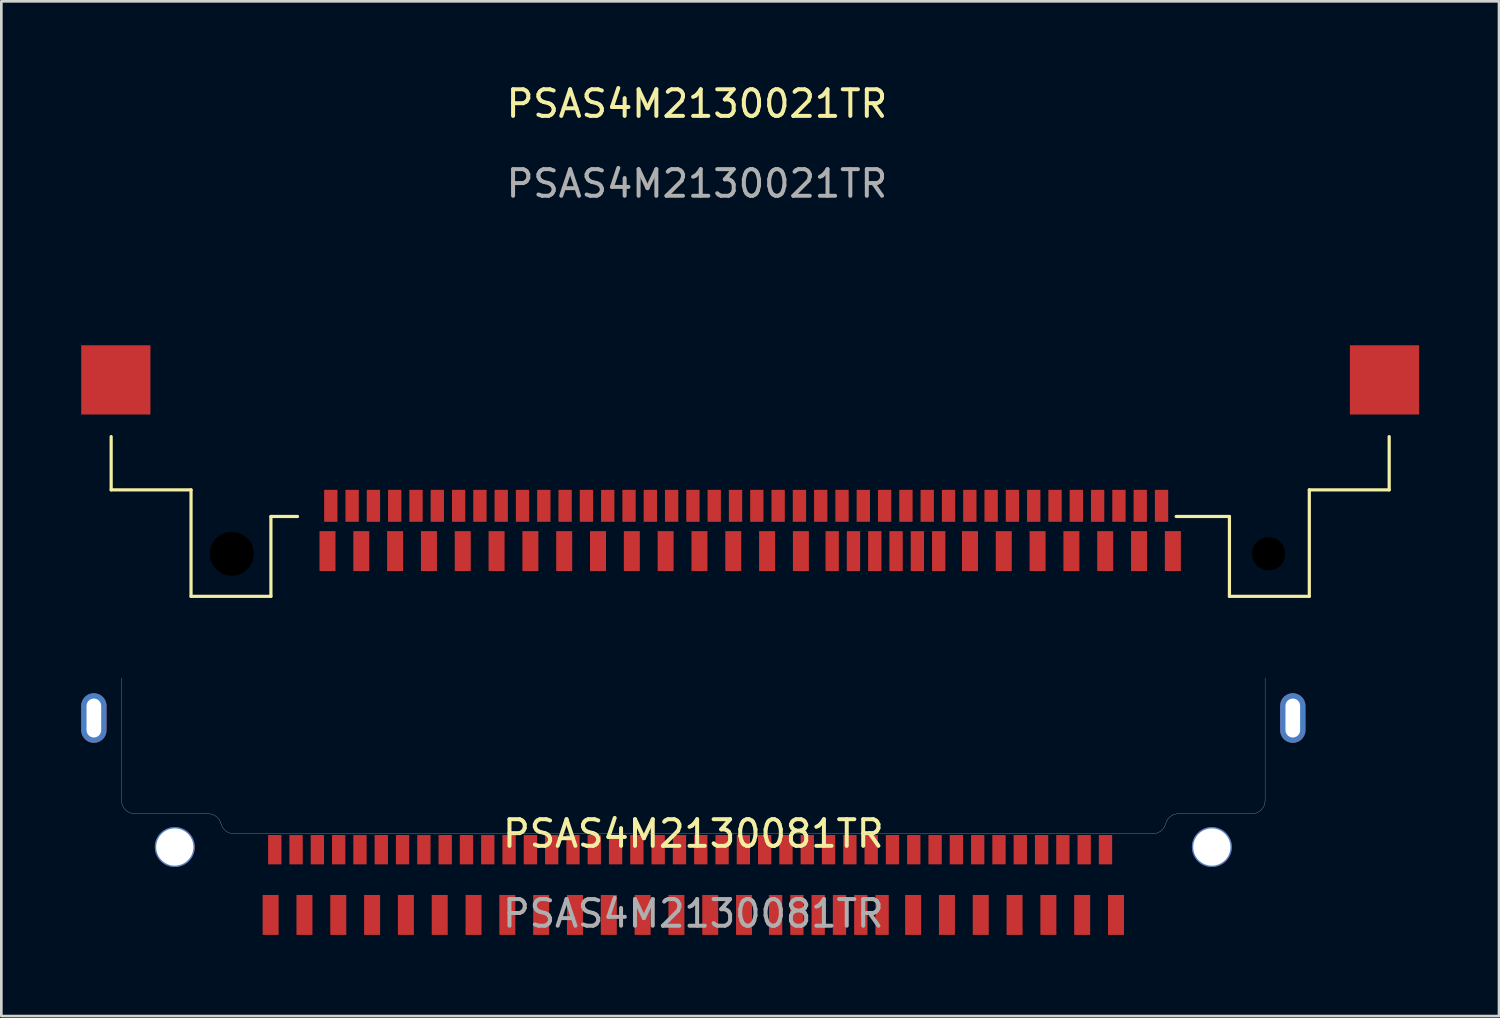
<source format=kicad_pcb>
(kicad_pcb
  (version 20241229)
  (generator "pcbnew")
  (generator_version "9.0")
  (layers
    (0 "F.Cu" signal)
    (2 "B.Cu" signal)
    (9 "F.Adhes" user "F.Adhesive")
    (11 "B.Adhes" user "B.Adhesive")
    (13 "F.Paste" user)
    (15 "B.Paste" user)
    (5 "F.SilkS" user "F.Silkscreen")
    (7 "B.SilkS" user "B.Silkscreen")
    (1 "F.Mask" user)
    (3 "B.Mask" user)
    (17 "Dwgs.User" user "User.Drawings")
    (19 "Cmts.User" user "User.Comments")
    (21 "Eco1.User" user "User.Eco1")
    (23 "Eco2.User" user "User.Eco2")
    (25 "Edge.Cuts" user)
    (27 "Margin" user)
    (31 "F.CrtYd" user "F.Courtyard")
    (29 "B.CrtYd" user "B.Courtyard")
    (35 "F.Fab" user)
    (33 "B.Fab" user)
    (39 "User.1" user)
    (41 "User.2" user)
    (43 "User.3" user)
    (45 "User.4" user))
  (footprint "PSAS4M2130021TR"
    (layer "F.Cu")
    (at 25.125 15.348)
    (property "Reference" "PSAS4M2130021TR" (at -2 -14.5 0) (unlocked yes) (layer "F.SilkS") (effects (font (size 1 1) (thickness 0.15))))
    (attr smd)
    (fp_line (start -24 -2) (end -24 0) (stroke (width 0.12) (type solid)) (layer "F.SilkS"))
    (fp_line (start -24 0) (end -21 0) (stroke (width 0.12) (type solid)) (layer "F.SilkS"))
    (fp_line (start -21 0) (end -21 4) (stroke (width 0.12) (type solid)) (layer "F.SilkS"))
    (fp_line (start -21 4) (end -18 4) (stroke (width 0.12) (type solid)) (layer "F.SilkS"))
    (fp_line (start -18 1) (end -17 1) (stroke (width 0.12) (type solid)) (layer "F.SilkS"))
    (fp_line (start -18 4) (end -18 1) (stroke (width 0.12) (type solid)) (layer "F.SilkS"))
    (fp_line (start 18 1) (end 16 1) (stroke (width 0.12) (type solid)) (layer "F.SilkS"))
    (fp_line (start 18 4) (end 18 1) (stroke (width 0.12) (type solid)) (layer "F.SilkS"))
    (fp_line (start 21 0) (end 21 4) (stroke (width 0.12) (type solid)) (layer "F.SilkS"))
    (fp_line (start 21 4) (end 18 4) (stroke (width 0.12) (type solid)) (layer "F.SilkS"))
    (fp_line (start 24 -2) (end 24 0) (stroke (width 0.12) (type solid)) (layer "F.SilkS"))
    (fp_line (start 24 0) (end 21 0) (stroke (width 0.12) (type solid)) (layer "F.SilkS"))
    (fp_text user "${REFERENCE}" (at -2 -11.5 0) (unlocked yes) (layer "F.Fab") (effects (font (size 1 1) (thickness 0.15))))
    (pad "" np_thru_hole circle (at -19.47 2.4) (size 2.4 2.4) (drill 1.65) (layers "*.Mask"))
    (pad "" np_thru_hole circle (at 19.47 2.4) (size 2 2) (drill 1.25) (layers "*.Mask"))
    (pad "E1" smd rect (at 7.08 2.3) (size 0.5 1.5) (layers "F.Cu" "F.Mask" "F.Paste"))
    (pad "E2" smd rect (at 6.28 2.3) (size 0.5 1.5) (layers "F.Cu" "F.Mask" "F.Paste"))
    (pad "E3" smd rect (at 5.48 2.3) (size 0.5 1.5) (layers "F.Cu" "F.Mask" "F.Paste"))
    (pad "E4" smd rect (at 4.68 2.3) (size 0.5 1.5) (layers "F.Cu" "F.Mask" "F.Paste"))
    (pad "E5" smd rect (at 3.88 2.3) (size 0.5 1.5) (layers "F.Cu" "F.Mask" "F.Paste"))
    (pad "E6" smd rect (at 3.08 2.3) (size 0.5 1.5) (layers "F.Cu" "F.Mask" "F.Paste"))
    (pad "E7" smd rect (at 15.45 0.6) (size 0.5 1.2) (layers "F.Cu" "F.Mask" "F.Paste"))
    (pad "E8" smd rect (at 14.65 0.6) (size 0.5 1.2) (layers "F.Cu" "F.Mask" "F.Paste"))
    (pad "E9" smd rect (at 13.85 0.6) (size 0.5 1.2) (layers "F.Cu" "F.Mask" "F.Paste"))
    (pad "E10" smd rect (at 13.05 0.6) (size 0.5 1.2) (layers "F.Cu" "F.Mask" "F.Paste"))
    (pad "E11" smd rect (at 12.25 0.6) (size 0.5 1.2) (layers "F.Cu" "F.Mask" "F.Paste"))
    (pad "E12" smd rect (at 11.45 0.6) (size 0.5 1.2) (layers "F.Cu" "F.Mask" "F.Paste"))
    (pad "E13" smd rect (at 10.65 0.6) (size 0.5 1.2) (layers "F.Cu" "F.Mask" "F.Paste"))
    (pad "E14" smd rect (at 9.85 0.6) (size 0.5 1.2) (layers "F.Cu" "F.Mask" "F.Paste"))
    (pad "E15" smd rect (at 9.05 0.6) (size 0.5 1.2) (layers "F.Cu" "F.Mask" "F.Paste"))
    (pad "E16" smd rect (at 8.25 0.6) (size 0.5 1.2) (layers "F.Cu" "F.Mask" "F.Paste"))
    (pad "E17" smd rect (at -9.35 0.6) (size 0.5 1.2) (layers "F.Cu" "F.Mask" "F.Paste"))
    (pad "E18" smd rect (at -10.15 0.6) (size 0.5 1.2) (layers "F.Cu" "F.Mask" "F.Paste"))
    (pad "E19" smd rect (at -10.95 0.6) (size 0.5 1.2) (layers "F.Cu" "F.Mask" "F.Paste"))
    (pad "E20" smd rect (at -11.75 0.6) (size 0.5 1.2) (layers "F.Cu" "F.Mask" "F.Paste"))
    (pad "E21" smd rect (at -12.55 0.6) (size 0.5 1.2) (layers "F.Cu" "F.Mask" "F.Paste"))
    (pad "E22" smd rect (at -13.35 0.6) (size 0.5 1.2) (layers "F.Cu" "F.Mask" "F.Paste"))
    (pad "E23" smd rect (at -14.15 0.6) (size 0.5 1.2) (layers "F.Cu" "F.Mask" "F.Paste"))
    (pad "E24" smd rect (at -14.95 0.6) (size 0.5 1.2) (layers "F.Cu" "F.Mask" "F.Paste"))
    (pad "E25" smd rect (at -15.75 0.6) (size 0.5 1.2) (layers "F.Cu" "F.Mask" "F.Paste"))
    (pad "G1" smd rect (at 23.825 -4.13) (size 2.6 2.6) (layers "F.Cu" "F.Mask" "F.Paste"))
    (pad "G2" smd rect (at -23.825 -4.13) (size 2.6 2.6) (layers "F.Cu" "F.Mask" "F.Paste"))
    (pad "P1" smd rect (at 1.905 2.3) (size 0.6 1.5) (layers "F.Cu" "F.Mask" "F.Paste"))
    (pad "P2" smd rect (at 0.635 2.3) (size 0.6 1.5) (layers "F.Cu" "F.Mask" "F.Paste"))
    (pad "P3" smd rect (at -0.635 2.3) (size 0.6 1.5) (layers "F.Cu" "F.Mask" "F.Paste"))
    (pad "P4" smd rect (at -1.905 2.3) (size 0.6 1.5) (layers "F.Cu" "F.Mask" "F.Paste"))
    (pad "P5" smd rect (at -3.175 2.3) (size 0.6 1.5) (layers "F.Cu" "F.Mask" "F.Paste"))
    (pad "P6" smd rect (at -4.445 2.3) (size 0.6 1.5) (layers "F.Cu" "F.Mask" "F.Paste"))
    (pad "P7" smd rect (at -5.715 2.3) (size 0.6 1.5) (layers "F.Cu" "F.Mask" "F.Paste"))
    (pad "P8" smd rect (at -6.985 2.3) (size 0.6 1.5) (layers "F.Cu" "F.Mask" "F.Paste"))
    (pad "P9" smd rect (at -8.255 2.3) (size 0.6 1.5) (layers "F.Cu" "F.Mask" "F.Paste"))
    (pad "P10" smd rect (at -9.525 2.3) (size 0.6 1.5) (layers "F.Cu" "F.Mask" "F.Paste"))
    (pad "P11" smd rect (at -10.795 2.3) (size 0.6 1.5) (layers "F.Cu" "F.Mask" "F.Paste"))
    (pad "P12" smd rect (at -12.065 2.3) (size 0.6 1.5) (layers "F.Cu" "F.Mask" "F.Paste"))
    (pad "P13" smd rect (at -13.335 2.3) (size 0.6 1.5) (layers "F.Cu" "F.Mask" "F.Paste"))
    (pad "P14" smd rect (at -14.605 2.3) (size 0.6 1.5) (layers "F.Cu" "F.Mask" "F.Paste"))
    (pad "P15" smd rect (at -15.875 2.3) (size 0.6 1.5) (layers "F.Cu" "F.Mask" "F.Paste"))
    (pad "S1" smd rect (at 15.875 2.3) (size 0.6 1.5) (layers "F.Cu" "F.Mask" "F.Paste"))
    (pad "S2" smd rect (at 14.605 2.3) (size 0.6 1.5) (layers "F.Cu" "F.Mask" "F.Paste"))
    (pad "S3" smd rect (at 13.335 2.3) (size 0.6 1.5) (layers "F.Cu" "F.Mask" "F.Paste"))
    (pad "S4" smd rect (at 12.065 2.3) (size 0.6 1.5) (layers "F.Cu" "F.Mask" "F.Paste"))
    (pad "S5" smd rect (at 10.795 2.3) (size 0.6 1.5) (layers "F.Cu" "F.Mask" "F.Paste"))
    (pad "S6" smd rect (at 9.525 2.3) (size 0.6 1.5) (layers "F.Cu" "F.Mask" "F.Paste"))
    (pad "S7" smd rect (at 8.255 2.3) (size 0.6 1.5) (layers "F.Cu" "F.Mask" "F.Paste"))
    (pad "S8" smd rect (at 7.45 0.6) (size 0.5 1.2) (layers "F.Cu" "F.Mask" "F.Paste"))
    (pad "S9" smd rect (at 6.65 0.6) (size 0.5 1.2) (layers "F.Cu" "F.Mask" "F.Paste"))
    (pad "S10" smd rect (at 5.85 0.6) (size 0.5 1.2) (layers "F.Cu" "F.Mask" "F.Paste"))
    (pad "S11" smd rect (at 5.05 0.6) (size 0.5 1.2) (layers "F.Cu" "F.Mask" "F.Paste"))
    (pad "S12" smd rect (at 4.25 0.6) (size 0.5 1.2) (layers "F.Cu" "F.Mask" "F.Paste"))
    (pad "S13" smd rect (at 3.45 0.6) (size 0.5 1.2) (layers "F.Cu" "F.Mask" "F.Paste"))
    (pad "S14" smd rect (at 2.65 0.6) (size 0.5 1.2) (layers "F.Cu" "F.Mask" "F.Paste"))
    (pad "S15" smd rect (at 1.85 0.6) (size 0.5 1.2) (layers "F.Cu" "F.Mask" "F.Paste"))
    (pad "S16" smd rect (at 1.05 0.6) (size 0.5 1.2) (layers "F.Cu" "F.Mask" "F.Paste"))
    (pad "S17" smd rect (at 0.25 0.6) (size 0.5 1.2) (layers "F.Cu" "F.Mask" "F.Paste"))
    (pad "S18" smd rect (at -0.55 0.6) (size 0.5 1.2) (layers "F.Cu" "F.Mask" "F.Paste"))
    (pad "S19" smd rect (at -1.35 0.6) (size 0.5 1.2) (layers "F.Cu" "F.Mask" "F.Paste"))
    (pad "S20" smd rect (at -2.15 0.6) (size 0.5 1.2) (layers "F.Cu" "F.Mask" "F.Paste"))
    (pad "S21" smd rect (at -2.95 0.6) (size 0.5 1.2) (layers "F.Cu" "F.Mask" "F.Paste"))
    (pad "S22" smd rect (at -3.75 0.6) (size 0.5 1.2) (layers "F.Cu" "F.Mask" "F.Paste"))
    (pad "S23" smd rect (at -4.55 0.6) (size 0.5 1.2) (layers "F.Cu" "F.Mask" "F.Paste"))
    (pad "S24" smd rect (at -5.35 0.6) (size 0.5 1.2) (layers "F.Cu" "F.Mask" "F.Paste"))
    (pad "S25" smd rect (at -6.15 0.6) (size 0.5 1.2) (layers "F.Cu" "F.Mask" "F.Paste"))
    (pad "S26" smd rect (at -6.95 0.6) (size 0.5 1.2) (layers "F.Cu" "F.Mask" "F.Paste"))
    (pad "S27" smd rect (at -7.75 0.6) (size 0.5 1.2) (layers "F.Cu" "F.Mask" "F.Paste"))
    (pad "S28" smd rect (at -8.55 0.6) (size 0.5 1.2) (layers "F.Cu" "F.Mask" "F.Paste")))
  (footprint "PSAS4M2130081TR"
    (layer "F.Cu")
    (at 42.465 28.763)
    (property "Reference" "PSAS4M2130081TR" (at -19.475 -0.5 0) (unlocked yes) (layer "F.SilkS") (effects (font (size 1 1) (thickness 0.15))))
    (attr through_hole)
    (fp_line (start -40.95 -6.35) (end -40.95 -1.75) (stroke (width 0.01) (type solid)) (layer "Dwgs.User"))
    (fp_line (start -40.45 -1.25) (end -37.741 -1.25) (stroke (width 0.01) (type solid)) (layer "Dwgs.User"))
    (fp_line (start -36.73 -0.5) (end -2.22 -0.5) (stroke (width 0.01) (type solid)) (layer "Dwgs.User"))
    (fp_line (start -1.209 -1.25) (end 1.5 -1.25) (stroke (width 0.01) (type solid)) (layer "Dwgs.User"))
    (fp_line (start 2 -1.75) (end 2 -6.35) (stroke (width 0.01) (type solid)) (layer "Dwgs.User"))
    (fp_arc (start -40.45 -1.25) (mid -40.803553 -1.396447) (end -40.95 -1.75) (stroke (width 0.01) (type solid)) (layer "Dwgs.User"))
    (fp_arc (start -37.741249 -1.25) (mid -37.40923 -1.158916) (end -37.214178 -0.875212) (stroke (width 0.01) (type solid)) (layer "Dwgs.User"))
    (fp_arc (start -36.73 -0.5) (mid -37.036229 -0.604839) (end -37.214178 -0.875212) (stroke (width 0.01) (type solid)) (layer "Dwgs.User"))
    (fp_arc (start -1.735822 -0.875212) (mid -1.91377 -0.604838) (end -2.22 -0.5) (stroke (width 0.01) (type solid)) (layer "Dwgs.User"))
    (fp_arc (start -1.735822 -0.875212) (mid -1.54077 -1.158916) (end -1.208751 -1.25) (stroke (width 0.01) (type solid)) (layer "Dwgs.User"))
    (fp_arc (start 2 -1.75) (mid 1.853553 -1.396447) (end 1.5 -1.25) (stroke (width 0.01) (type solid)) (layer "Dwgs.User"))
    (fp_text user "${REFERENCE}" (at -19.475 2.5 0) (unlocked yes) (layer "F.Fab") (effects (font (size 1 1) (thickness 0.15))))
    (pad "" np_thru_hole circle (at -38.95 0) (size 1.5 1.5) (drill 1.4) (layers "*.Cu" "*.Mask"))
    (pad "" np_thru_hole circle (at 0 0) (size 1.5 1.5) (drill 1.4) (layers "*.Cu" "*.Mask"))
    (pad "E1" smd rect (at -12.385 2.55) (size 0.5 1.5) (layers "F.Cu" "F.Mask" "F.Paste"))
    (pad "E2" smd rect (at -13.185 2.55) (size 0.5 1.5) (layers "F.Cu" "F.Mask" "F.Paste"))
    (pad "E3" smd rect (at -13.985 2.55) (size 0.5 1.5) (layers "F.Cu" "F.Mask" "F.Paste"))
    (pad "E4" smd rect (at -14.785 2.55) (size 0.5 1.5) (layers "F.Cu" "F.Mask" "F.Paste"))
    (pad "E5" smd rect (at -15.585 2.55) (size 0.5 1.5) (layers "F.Cu" "F.Mask" "F.Paste"))
    (pad "E6" smd rect (at -16.385 2.55) (size 0.5 1.5) (layers "F.Cu" "F.Mask" "F.Paste"))
    (pad "E7" smd rect (at -3.995 0.1) (size 0.5 1.1) (layers "F.Cu" "F.Mask" "F.Paste"))
    (pad "E8" smd rect (at -4.795 0.1) (size 0.5 1.1) (layers "F.Cu" "F.Mask" "F.Paste"))
    (pad "E9" smd rect (at -5.595 0.1) (size 0.5 1.1) (layers "F.Cu" "F.Mask" "F.Paste"))
    (pad "E10" smd rect (at -6.395 0.1) (size 0.5 1.1) (layers "F.Cu" "F.Mask" "F.Paste"))
    (pad "E11" smd rect (at -7.195 0.1) (size 0.5 1.1) (layers "F.Cu" "F.Mask" "F.Paste"))
    (pad "E12" smd rect (at -7.995 0.1) (size 0.5 1.1) (layers "F.Cu" "F.Mask" "F.Paste"))
    (pad "E13" smd rect (at -8.795 0.1) (size 0.5 1.1) (layers "F.Cu" "F.Mask" "F.Paste"))
    (pad "E14" smd rect (at -9.595 0.1) (size 0.5 1.1) (layers "F.Cu" "F.Mask" "F.Paste"))
    (pad "E15" smd rect (at -10.395 0.1) (size 0.5 1.1) (layers "F.Cu" "F.Mask" "F.Paste"))
    (pad "E16" smd rect (at -11.195 0.1) (size 0.5 1.1) (layers "F.Cu" "F.Mask" "F.Paste"))
    (pad "E17" smd rect (at -28.795 0.1) (size 0.5 1.1) (layers "F.Cu" "F.Mask" "F.Paste"))
    (pad "E18" smd rect (at -29.595 0.1) (size 0.5 1.1) (layers "F.Cu" "F.Mask" "F.Paste"))
    (pad "E19" smd rect (at -30.395 0.1) (size 0.5 1.1) (layers "F.Cu" "F.Mask" "F.Paste"))
    (pad "E20" smd rect (at -31.195 0.1) (size 0.5 1.1) (layers "F.Cu" "F.Mask" "F.Paste"))
    (pad "E21" smd rect (at -31.995 0.1) (size 0.5 1.1) (layers "F.Cu" "F.Mask" "F.Paste"))
    (pad "E22" smd rect (at -32.795 0.1) (size 0.5 1.1) (layers "F.Cu" "F.Mask" "F.Paste"))
    (pad "E23" smd rect (at -33.595 0.1) (size 0.5 1.1) (layers "F.Cu" "F.Mask" "F.Paste"))
    (pad "E24" smd rect (at -34.395 0.1) (size 0.5 1.1) (layers "F.Cu" "F.Mask" "F.Paste"))
    (pad "E25" smd rect (at -35.195 0.1) (size 0.5 1.1) (layers "F.Cu" "F.Mask" "F.Paste"))
    (pad "G1" thru_hole oval (at 3.04 -4.845) (size 0.95 1.86) (drill oval 0.55 1.46) (layers "*.Cu" "*.Mask" "F.Paste"))
    (pad "G2" thru_hole oval (at -41.99 -4.845) (size 0.95 1.86) (drill oval 0.55 1.46) (layers "*.Cu" "*.Mask" "F.Paste"))
    (pad "P1" smd rect (at -17.57 2.55) (size 0.6 1.5) (layers "F.Cu" "F.Mask" "F.Paste"))
    (pad "P2" smd rect (at -18.84 2.55) (size 0.6 1.5) (layers "F.Cu" "F.Mask" "F.Paste"))
    (pad "P3" smd rect (at -20.11 2.55) (size 0.6 1.5) (layers "F.Cu" "F.Mask" "F.Paste"))
    (pad "P4" smd rect (at -21.38 2.55) (size 0.6 1.5) (layers "F.Cu" "F.Mask" "F.Paste"))
    (pad "P5" smd rect (at -22.65 2.55) (size 0.6 1.5) (layers "F.Cu" "F.Mask" "F.Paste"))
    (pad "P6" smd rect (at -23.92 2.55) (size 0.6 1.5) (layers "F.Cu" "F.Mask" "F.Paste"))
    (pad "P7" smd rect (at -25.19 2.55) (size 0.6 1.5) (layers "F.Cu" "F.Mask" "F.Paste"))
    (pad "P8" smd rect (at -26.46 2.55) (size 0.6 1.5) (layers "F.Cu" "F.Mask" "F.Paste"))
    (pad "P9" smd rect (at -27.73 2.55) (size 0.6 1.5) (layers "F.Cu" "F.Mask" "F.Paste"))
    (pad "P10" smd rect (at -29 2.55) (size 0.6 1.5) (layers "F.Cu" "F.Mask" "F.Paste"))
    (pad "P11" smd rect (at -30.27 2.55) (size 0.6 1.5) (layers "F.Cu" "F.Mask" "F.Paste"))
    (pad "P12" smd rect (at -31.54 2.55) (size 0.6 1.5) (layers "F.Cu" "F.Mask" "F.Paste"))
    (pad "P13" smd rect (at -32.81 2.55) (size 0.6 1.5) (layers "F.Cu" "F.Mask" "F.Paste"))
    (pad "P14" smd rect (at -34.08 2.55) (size 0.6 1.5) (layers "F.Cu" "F.Mask" "F.Paste"))
    (pad "P15" smd rect (at -35.35 2.55) (size 0.6 1.5) (layers "F.Cu" "F.Mask" "F.Paste"))
    (pad "S1" smd rect (at -3.6 2.55) (size 0.6 1.5) (layers "F.Cu" "F.Mask" "F.Paste"))
    (pad "S2" smd rect (at -4.87 2.55) (size 0.6 1.5) (layers "F.Cu" "F.Mask" "F.Paste"))
    (pad "S3" smd rect (at -6.14 2.55) (size 0.6 1.5) (layers "F.Cu" "F.Mask" "F.Paste"))
    (pad "S4" smd rect (at -7.41 2.55) (size 0.6 1.5) (layers "F.Cu" "F.Mask" "F.Paste"))
    (pad "S5" smd rect (at -8.68 2.55) (size 0.6 1.5) (layers "F.Cu" "F.Mask" "F.Paste"))
    (pad "S6" smd rect (at -9.95 2.55) (size 0.6 1.5) (layers "F.Cu" "F.Mask" "F.Paste"))
    (pad "S7" smd rect (at -11.22 2.55) (size 0.6 1.5) (layers "F.Cu" "F.Mask" "F.Paste"))
    (pad "S8" smd rect (at -11.995 0.1) (size 0.5 1.1) (layers "F.Cu" "F.Mask" "F.Paste"))
    (pad "S9" smd rect (at -12.795 0.1) (size 0.5 1.1) (layers "F.Cu" "F.Mask" "F.Paste"))
    (pad "S10" smd rect (at -13.595 0.1) (size 0.5 1.1) (layers "F.Cu" "F.Mask" "F.Paste"))
    (pad "S11" smd rect (at -14.395 0.1) (size 0.5 1.1) (layers "F.Cu" "F.Mask" "F.Paste"))
    (pad "S12" smd rect (at -15.195 0.1) (size 0.5 1.1) (layers "F.Cu" "F.Mask" "F.Paste"))
    (pad "S13" smd rect (at -15.995 0.1) (size 0.5 1.1) (layers "F.Cu" "F.Mask" "F.Paste"))
    (pad "S14" smd rect (at -16.795 0.1) (size 0.5 1.1) (layers "F.Cu" "F.Mask" "F.Paste"))
    (pad "S15" smd rect (at -17.595 0.1) (size 0.5 1.1) (layers "F.Cu" "F.Mask" "F.Paste"))
    (pad "S16" smd rect (at -18.395 0.1) (size 0.5 1.1) (layers "F.Cu" "F.Mask" "F.Paste"))
    (pad "S17" smd rect (at -19.195 0.1) (size 0.5 1.1) (layers "F.Cu" "F.Mask" "F.Paste"))
    (pad "S18" smd rect (at -19.995 0.1) (size 0.5 1.1) (layers "F.Cu" "F.Mask" "F.Paste"))
    (pad "S19" smd rect (at -20.795 0.1) (size 0.5 1.1) (layers "F.Cu" "F.Mask" "F.Paste"))
    (pad "S20" smd rect (at -21.595 0.1) (size 0.5 1.1) (layers "F.Cu" "F.Mask" "F.Paste"))
    (pad "S21" smd rect (at -22.395 0.1) (size 0.5 1.1) (layers "F.Cu" "F.Mask" "F.Paste"))
    (pad "S22" smd rect (at -23.195 0.1) (size 0.5 1.1) (layers "F.Cu" "F.Mask" "F.Paste"))
    (pad "S23" smd rect (at -23.995 0.1) (size 0.5 1.1) (layers "F.Cu" "F.Mask" "F.Paste"))
    (pad "S24" smd rect (at -24.795 0.1) (size 0.5 1.1) (layers "F.Cu" "F.Mask" "F.Paste"))
    (pad "S25" smd rect (at -25.595 0.1) (size 0.5 1.1) (layers "F.Cu" "F.Mask" "F.Paste"))
    (pad "S26" smd rect (at -26.395 0.1) (size 0.5 1.1) (layers "F.Cu" "F.Mask" "F.Paste"))
    (pad "S27" smd rect (at -27.195 0.1) (size 0.5 1.1) (layers "F.Cu" "F.Mask" "F.Paste"))
    (pad "S28" smd rect (at -27.995 0.1) (size 0.5 1.1) (layers "F.Cu" "F.Mask" "F.Paste")))
  (gr_rect
    (start -3 -3)
    (end 53.25 35.111)
    (stroke (width 0.1) (type default))
    (fill no)
    (layer "Edge.Cuts")))
</source>
